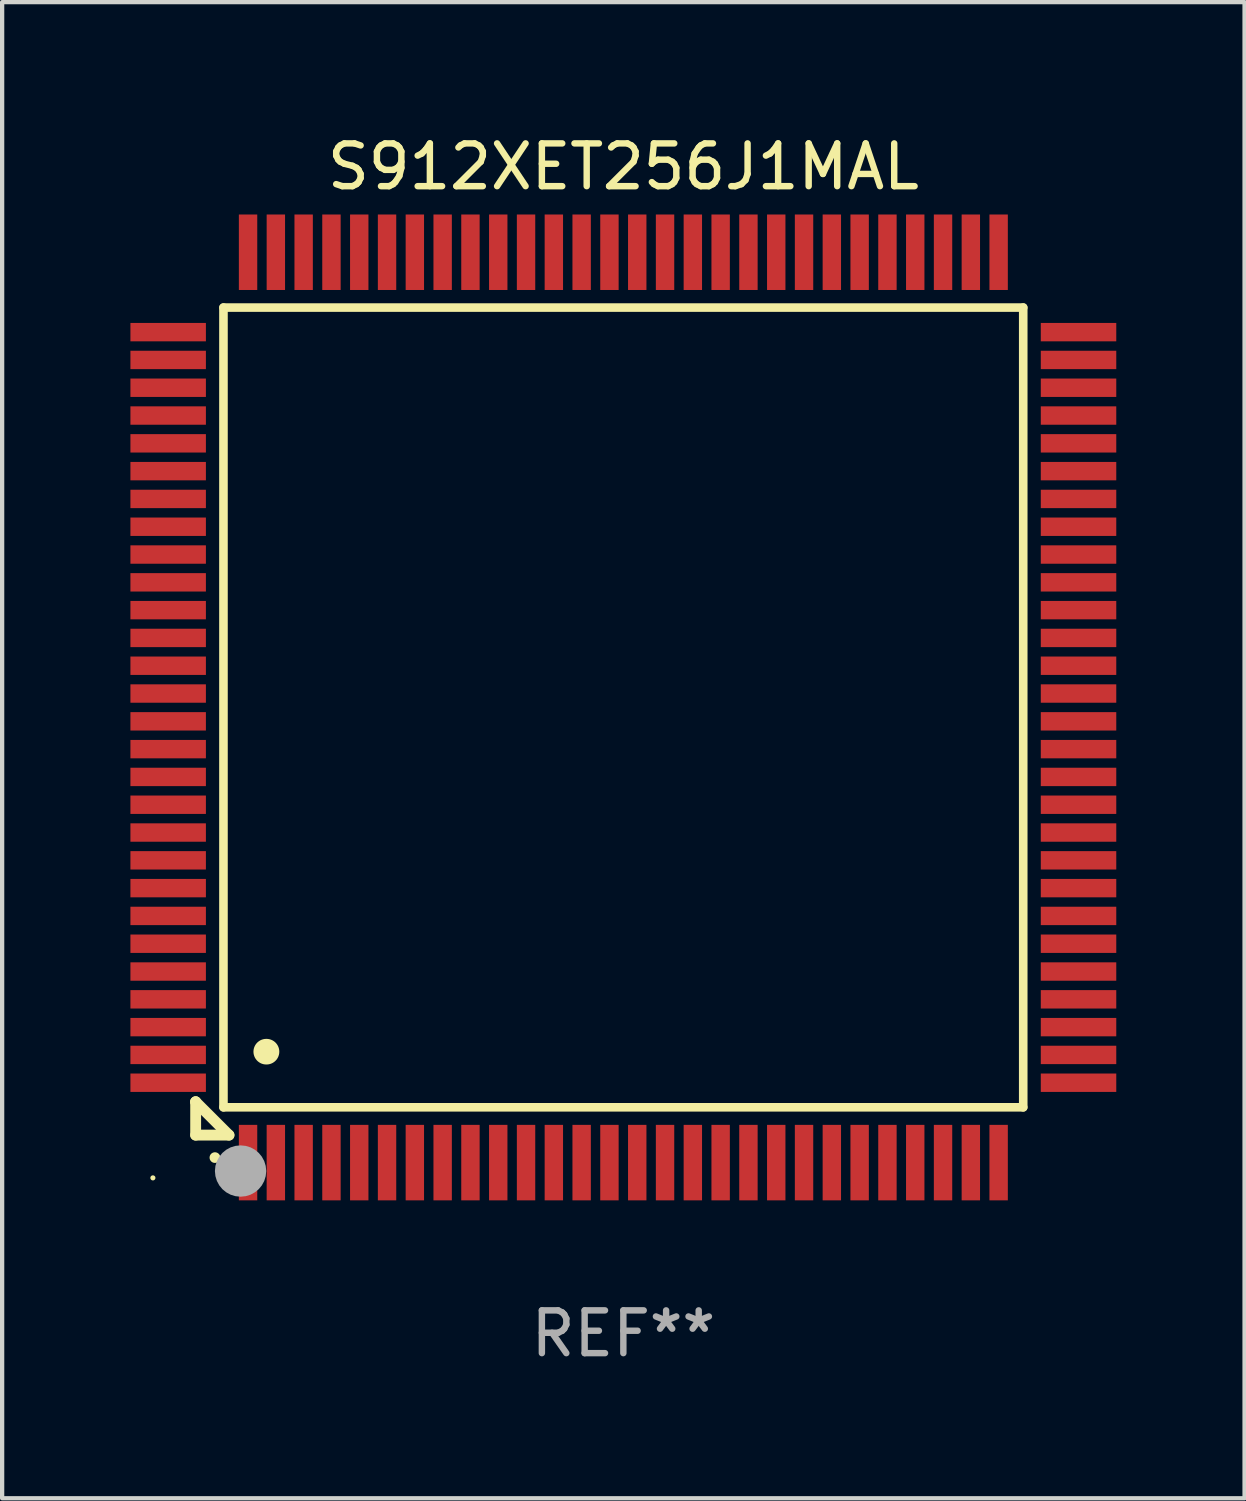
<source format=kicad_pcb>
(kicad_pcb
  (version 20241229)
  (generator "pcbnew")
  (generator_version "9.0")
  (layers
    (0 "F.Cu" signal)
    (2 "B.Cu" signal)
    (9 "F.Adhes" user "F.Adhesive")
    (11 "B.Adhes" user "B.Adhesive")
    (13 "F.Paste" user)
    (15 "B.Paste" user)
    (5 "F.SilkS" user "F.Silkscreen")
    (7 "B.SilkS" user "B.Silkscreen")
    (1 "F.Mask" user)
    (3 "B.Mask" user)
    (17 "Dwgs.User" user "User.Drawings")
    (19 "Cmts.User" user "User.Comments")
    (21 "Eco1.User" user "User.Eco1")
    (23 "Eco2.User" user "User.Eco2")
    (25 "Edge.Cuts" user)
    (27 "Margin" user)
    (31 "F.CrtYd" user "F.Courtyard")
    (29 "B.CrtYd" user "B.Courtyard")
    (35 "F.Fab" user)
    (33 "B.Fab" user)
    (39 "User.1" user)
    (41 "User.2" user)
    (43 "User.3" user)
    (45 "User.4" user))
  (footprint "S912XET256J1MAL"
    (layer "F.Cu")
    (at 11.525 13.491)
    (property "Reference" "S912XET256J1MAL" (at 0 -12.643 0) (layer "F.SilkS") (effects (font (size 1 1) (thickness 0.15))))
    (attr through_hole)
    (fp_line (start -10 9.221) (end -10 9.221) (stroke (width 0.254) (type solid)) (layer "F.SilkS"))
    (fp_line (start -10 9.221) (end -10 10) (stroke (width 0.254) (type solid)) (layer "F.SilkS"))
    (fp_line (start -10 9.221) (end -9.221 10) (stroke (width 0.254) (type solid)) (layer "F.SilkS"))
    (fp_line (start -10 10) (end -9.221 10) (stroke (width 0.254) (type solid)) (layer "F.SilkS"))
    (fp_line (start -9.35 -9.35) (end -9.35 9.35) (stroke (width 0.201) (type solid)) (layer "F.SilkS"))
    (fp_line (start -9.35 9.35) (end 9.35 9.35) (stroke (width 0.201) (type solid)) (layer "F.SilkS"))
    (fp_line (start 9.35 -9.35) (end -9.35 -9.35) (stroke (width 0.201) (type solid)) (layer "F.SilkS"))
    (fp_line (start 9.35 9.35) (end 9.35 -9.35) (stroke (width 0.201) (type solid)) (layer "F.SilkS"))
    (fp_arc (start -9.550546 10.525832) (mid -9.549276 10.525826) (end -9.548006 10.525832) (stroke (width 0.24892) (type solid)) (layer "F.SilkS"))
    (fp_arc (start -8.349124 8.049327) (mid -8.346584 8.049316) (end -8.344044 8.049327) (stroke (width 0.599441) (type solid)) (layer "F.SilkS"))
    (fp_circle (center -11 11) (end -10.97 11) (stroke (width 0.06) (type solid)) (fill no) (layer "F.SilkS"))
    (fp_circle (center -8.95 10.84) (end -8.65 10.84) (stroke (width 0.6) (type solid)) (fill no) (layer "F.Fab"))
    (fp_text user "REF**" (at 0 14.643 0) (layer "F.Fab") (effects (font (size 1 1) (thickness 0.15))))
    (pad "1" smd rect (at -8.775 10.643) (size 0.43 1.765) (layers "F.Cu" "F.Mask" "F.Paste"))
    (pad "2" smd rect (at -8.125 10.643) (size 0.43 1.765) (layers "F.Cu" "F.Mask" "F.Paste"))
    (pad "3" smd rect (at -7.475 10.643) (size 0.43 1.765) (layers "F.Cu" "F.Mask" "F.Paste"))
    (pad "4" smd rect (at -6.825 10.643) (size 0.43 1.765) (layers "F.Cu" "F.Mask" "F.Paste"))
    (pad "5" smd rect (at -6.175 10.643) (size 0.43 1.765) (layers "F.Cu" "F.Mask" "F.Paste"))
    (pad "6" smd rect (at -5.525 10.643) (size 0.43 1.765) (layers "F.Cu" "F.Mask" "F.Paste"))
    (pad "7" smd rect (at -4.875 10.643) (size 0.43 1.765) (layers "F.Cu" "F.Mask" "F.Paste"))
    (pad "8" smd rect (at -4.225 10.643) (size 0.43 1.765) (layers "F.Cu" "F.Mask" "F.Paste"))
    (pad "9" smd rect (at -3.575 10.643) (size 0.43 1.765) (layers "F.Cu" "F.Mask" "F.Paste"))
    (pad "10" smd rect (at -2.925 10.643) (size 0.43 1.765) (layers "F.Cu" "F.Mask" "F.Paste"))
    (pad "11" smd rect (at -2.275 10.643) (size 0.43 1.765) (layers "F.Cu" "F.Mask" "F.Paste"))
    (pad "12" smd rect (at -1.625 10.643) (size 0.43 1.765) (layers "F.Cu" "F.Mask" "F.Paste"))
    (pad "13" smd rect (at -0.975 10.643) (size 0.43 1.765) (layers "F.Cu" "F.Mask" "F.Paste"))
    (pad "14" smd rect (at -0.325 10.643) (size 0.43 1.765) (layers "F.Cu" "F.Mask" "F.Paste"))
    (pad "15" smd rect (at 0.325 10.643) (size 0.43 1.765) (layers "F.Cu" "F.Mask" "F.Paste"))
    (pad "16" smd rect (at 0.975 10.643) (size 0.43 1.765) (layers "F.Cu" "F.Mask" "F.Paste"))
    (pad "17" smd rect (at 1.625 10.643) (size 0.43 1.765) (layers "F.Cu" "F.Mask" "F.Paste"))
    (pad "18" smd rect (at 2.275 10.643) (size 0.43 1.765) (layers "F.Cu" "F.Mask" "F.Paste"))
    (pad "19" smd rect (at 2.925 10.643) (size 0.43 1.765) (layers "F.Cu" "F.Mask" "F.Paste"))
    (pad "20" smd rect (at 3.575 10.643) (size 0.43 1.765) (layers "F.Cu" "F.Mask" "F.Paste"))
    (pad "21" smd rect (at 4.225 10.643) (size 0.43 1.765) (layers "F.Cu" "F.Mask" "F.Paste"))
    (pad "22" smd rect (at 4.875 10.643) (size 0.43 1.765) (layers "F.Cu" "F.Mask" "F.Paste"))
    (pad "23" smd rect (at 5.525 10.643) (size 0.43 1.765) (layers "F.Cu" "F.Mask" "F.Paste"))
    (pad "24" smd rect (at 6.175 10.643) (size 0.43 1.765) (layers "F.Cu" "F.Mask" "F.Paste"))
    (pad "25" smd rect (at 6.825 10.643) (size 0.43 1.765) (layers "F.Cu" "F.Mask" "F.Paste"))
    (pad "26" smd rect (at 7.475 10.643) (size 0.43 1.765) (layers "F.Cu" "F.Mask" "F.Paste"))
    (pad "27" smd rect (at 8.125 10.643) (size 0.43 1.765) (layers "F.Cu" "F.Mask" "F.Paste"))
    (pad "28" smd rect (at 8.775 10.643) (size 0.43 1.765) (layers "F.Cu" "F.Mask" "F.Paste"))
    (pad "29" smd rect (at 10.643 8.775) (size 1.765 0.43) (layers "F.Cu" "F.Mask" "F.Paste"))
    (pad "30" smd rect (at 10.643 8.125) (size 1.765 0.43) (layers "F.Cu" "F.Mask" "F.Paste"))
    (pad "31" smd rect (at 10.643 7.475) (size 1.765 0.43) (layers "F.Cu" "F.Mask" "F.Paste"))
    (pad "32" smd rect (at 10.643 6.825) (size 1.765 0.43) (layers "F.Cu" "F.Mask" "F.Paste"))
    (pad "33" smd rect (at 10.643 6.175) (size 1.765 0.43) (layers "F.Cu" "F.Mask" "F.Paste"))
    (pad "34" smd rect (at 10.643 5.525) (size 1.765 0.43) (layers "F.Cu" "F.Mask" "F.Paste"))
    (pad "35" smd rect (at 10.643 4.875) (size 1.765 0.43) (layers "F.Cu" "F.Mask" "F.Paste"))
    (pad "36" smd rect (at 10.643 4.225) (size 1.765 0.43) (layers "F.Cu" "F.Mask" "F.Paste"))
    (pad "37" smd rect (at 10.643 3.575) (size 1.765 0.43) (layers "F.Cu" "F.Mask" "F.Paste"))
    (pad "38" smd rect (at 10.643 2.925) (size 1.765 0.43) (layers "F.Cu" "F.Mask" "F.Paste"))
    (pad "39" smd rect (at 10.643 2.275) (size 1.765 0.43) (layers "F.Cu" "F.Mask" "F.Paste"))
    (pad "40" smd rect (at 10.643 1.625) (size 1.765 0.43) (layers "F.Cu" "F.Mask" "F.Paste"))
    (pad "41" smd rect (at 10.643 0.975) (size 1.765 0.43) (layers "F.Cu" "F.Mask" "F.Paste"))
    (pad "42" smd rect (at 10.643 0.325) (size 1.765 0.43) (layers "F.Cu" "F.Mask" "F.Paste"))
    (pad "43" smd rect (at 10.643 -0.325) (size 1.765 0.43) (layers "F.Cu" "F.Mask" "F.Paste"))
    (pad "44" smd rect (at 10.643 -0.975) (size 1.765 0.43) (layers "F.Cu" "F.Mask" "F.Paste"))
    (pad "45" smd rect (at 10.643 -1.625) (size 1.765 0.43) (layers "F.Cu" "F.Mask" "F.Paste"))
    (pad "46" smd rect (at 10.643 -2.275) (size 1.765 0.43) (layers "F.Cu" "F.Mask" "F.Paste"))
    (pad "47" smd rect (at 10.643 -2.925) (size 1.765 0.43) (layers "F.Cu" "F.Mask" "F.Paste"))
    (pad "48" smd rect (at 10.643 -3.575) (size 1.765 0.43) (layers "F.Cu" "F.Mask" "F.Paste"))
    (pad "49" smd rect (at 10.643 -4.225) (size 1.765 0.43) (layers "F.Cu" "F.Mask" "F.Paste"))
    (pad "50" smd rect (at 10.643 -4.875) (size 1.765 0.43) (layers "F.Cu" "F.Mask" "F.Paste"))
    (pad "51" smd rect (at 10.643 -5.525) (size 1.765 0.43) (layers "F.Cu" "F.Mask" "F.Paste"))
    (pad "52" smd rect (at 10.643 -6.175) (size 1.765 0.43) (layers "F.Cu" "F.Mask" "F.Paste"))
    (pad "53" smd rect (at 10.643 -6.825) (size 1.765 0.43) (layers "F.Cu" "F.Mask" "F.Paste"))
    (pad "54" smd rect (at 10.643 -7.475) (size 1.765 0.43) (layers "F.Cu" "F.Mask" "F.Paste"))
    (pad "55" smd rect (at 10.643 -8.125) (size 1.765 0.43) (layers "F.Cu" "F.Mask" "F.Paste"))
    (pad "56" smd rect (at 10.643 -8.775) (size 1.765 0.43) (layers "F.Cu" "F.Mask" "F.Paste"))
    (pad "57" smd rect (at 8.775 -10.643) (size 0.43 1.765) (layers "F.Cu" "F.Mask" "F.Paste"))
    (pad "58" smd rect (at 8.125 -10.643) (size 0.43 1.765) (layers "F.Cu" "F.Mask" "F.Paste"))
    (pad "59" smd rect (at 7.475 -10.643) (size 0.43 1.765) (layers "F.Cu" "F.Mask" "F.Paste"))
    (pad "60" smd rect (at 6.825 -10.643) (size 0.43 1.765) (layers "F.Cu" "F.Mask" "F.Paste"))
    (pad "61" smd rect (at 6.175 -10.643) (size 0.43 1.765) (layers "F.Cu" "F.Mask" "F.Paste"))
    (pad "62" smd rect (at 5.525 -10.643) (size 0.43 1.765) (layers "F.Cu" "F.Mask" "F.Paste"))
    (pad "63" smd rect (at 4.875 -10.643) (size 0.43 1.765) (layers "F.Cu" "F.Mask" "F.Paste"))
    (pad "64" smd rect (at 4.225 -10.643) (size 0.43 1.765) (layers "F.Cu" "F.Mask" "F.Paste"))
    (pad "65" smd rect (at 3.575 -10.643) (size 0.43 1.765) (layers "F.Cu" "F.Mask" "F.Paste"))
    (pad "66" smd rect (at 2.925 -10.643) (size 0.43 1.765) (layers "F.Cu" "F.Mask" "F.Paste"))
    (pad "67" smd rect (at 2.275 -10.643) (size 0.43 1.765) (layers "F.Cu" "F.Mask" "F.Paste"))
    (pad "68" smd rect (at 1.625 -10.643) (size 0.43 1.765) (layers "F.Cu" "F.Mask" "F.Paste"))
    (pad "69" smd rect (at 0.975 -10.643) (size 0.43 1.765) (layers "F.Cu" "F.Mask" "F.Paste"))
    (pad "70" smd rect (at 0.325 -10.643) (size 0.43 1.765) (layers "F.Cu" "F.Mask" "F.Paste"))
    (pad "71" smd rect (at -0.325 -10.643) (size 0.43 1.765) (layers "F.Cu" "F.Mask" "F.Paste"))
    (pad "72" smd rect (at -0.975 -10.643) (size 0.43 1.765) (layers "F.Cu" "F.Mask" "F.Paste"))
    (pad "73" smd rect (at -1.625 -10.643) (size 0.43 1.765) (layers "F.Cu" "F.Mask" "F.Paste"))
    (pad "74" smd rect (at -2.275 -10.643) (size 0.43 1.765) (layers "F.Cu" "F.Mask" "F.Paste"))
    (pad "75" smd rect (at -2.925 -10.643) (size 0.43 1.765) (layers "F.Cu" "F.Mask" "F.Paste"))
    (pad "76" smd rect (at -3.575 -10.643) (size 0.43 1.765) (layers "F.Cu" "F.Mask" "F.Paste"))
    (pad "77" smd rect (at -4.225 -10.643) (size 0.43 1.765) (layers "F.Cu" "F.Mask" "F.Paste"))
    (pad "78" smd rect (at -4.875 -10.643) (size 0.43 1.765) (layers "F.Cu" "F.Mask" "F.Paste"))
    (pad "79" smd rect (at -5.525 -10.643) (size 0.43 1.765) (layers "F.Cu" "F.Mask" "F.Paste"))
    (pad "80" smd rect (at -6.175 -10.643) (size 0.43 1.765) (layers "F.Cu" "F.Mask" "F.Paste"))
    (pad "81" smd rect (at -6.825 -10.643) (size 0.43 1.765) (layers "F.Cu" "F.Mask" "F.Paste"))
    (pad "82" smd rect (at -7.475 -10.643) (size 0.43 1.765) (layers "F.Cu" "F.Mask" "F.Paste"))
    (pad "83" smd rect (at -8.125 -10.643) (size 0.43 1.765) (layers "F.Cu" "F.Mask" "F.Paste"))
    (pad "84" smd rect (at -8.775 -10.643) (size 0.43 1.765) (layers "F.Cu" "F.Mask" "F.Paste"))
    (pad "85" smd rect (at -10.643 -8.775) (size 1.765 0.43) (layers "F.Cu" "F.Mask" "F.Paste"))
    (pad "86" smd rect (at -10.643 -8.125) (size 1.765 0.43) (layers "F.Cu" "F.Mask" "F.Paste"))
    (pad "87" smd rect (at -10.643 -7.475) (size 1.765 0.43) (layers "F.Cu" "F.Mask" "F.Paste"))
    (pad "88" smd rect (at -10.643 -6.825) (size 1.765 0.43) (layers "F.Cu" "F.Mask" "F.Paste"))
    (pad "89" smd rect (at -10.643 -6.175) (size 1.765 0.43) (layers "F.Cu" "F.Mask" "F.Paste"))
    (pad "90" smd rect (at -10.643 -5.525) (size 1.765 0.43) (layers "F.Cu" "F.Mask" "F.Paste"))
    (pad "91" smd rect (at -10.643 -4.875) (size 1.765 0.43) (layers "F.Cu" "F.Mask" "F.Paste"))
    (pad "92" smd rect (at -10.643 -4.225) (size 1.765 0.43) (layers "F.Cu" "F.Mask" "F.Paste"))
    (pad "93" smd rect (at -10.643 -3.575) (size 1.765 0.43) (layers "F.Cu" "F.Mask" "F.Paste"))
    (pad "94" smd rect (at -10.643 -2.925) (size 1.765 0.43) (layers "F.Cu" "F.Mask" "F.Paste"))
    (pad "95" smd rect (at -10.643 -2.275) (size 1.765 0.43) (layers "F.Cu" "F.Mask" "F.Paste"))
    (pad "96" smd rect (at -10.643 -1.625) (size 1.765 0.43) (layers "F.Cu" "F.Mask" "F.Paste"))
    (pad "97" smd rect (at -10.643 -0.975) (size 1.765 0.43) (layers "F.Cu" "F.Mask" "F.Paste"))
    (pad "98" smd rect (at -10.643 -0.325) (size 1.765 0.43) (layers "F.Cu" "F.Mask" "F.Paste"))
    (pad "99" smd rect (at -10.643 0.325) (size 1.765 0.43) (layers "F.Cu" "F.Mask" "F.Paste"))
    (pad "100" smd rect (at -10.643 0.975) (size 1.765 0.43) (layers "F.Cu" "F.Mask" "F.Paste"))
    (pad "101" smd rect (at -10.643 1.625) (size 1.765 0.43) (layers "F.Cu" "F.Mask" "F.Paste"))
    (pad "102" smd rect (at -10.643 2.275) (size 1.765 0.43) (layers "F.Cu" "F.Mask" "F.Paste"))
    (pad "103" smd rect (at -10.643 2.925) (size 1.765 0.43) (layers "F.Cu" "F.Mask" "F.Paste"))
    (pad "104" smd rect (at -10.643 3.575) (size 1.765 0.43) (layers "F.Cu" "F.Mask" "F.Paste"))
    (pad "105" smd rect (at -10.643 4.225) (size 1.765 0.43) (layers "F.Cu" "F.Mask" "F.Paste"))
    (pad "106" smd rect (at -10.643 4.875) (size 1.765 0.43) (layers "F.Cu" "F.Mask" "F.Paste"))
    (pad "107" smd rect (at -10.643 5.525) (size 1.765 0.43) (layers "F.Cu" "F.Mask" "F.Paste"))
    (pad "108" smd rect (at -10.643 6.175) (size 1.765 0.43) (layers "F.Cu" "F.Mask" "F.Paste"))
    (pad "109" smd rect (at -10.643 6.825) (size 1.765 0.43) (layers "F.Cu" "F.Mask" "F.Paste"))
    (pad "110" smd rect (at -10.643 7.475) (size 1.765 0.43) (layers "F.Cu" "F.Mask" "F.Paste"))
    (pad "111" smd rect (at -10.643 8.125) (size 1.765 0.43) (layers "F.Cu" "F.Mask" "F.Paste"))
    (pad "112" smd rect (at -10.643 8.775) (size 1.765 0.43) (layers "F.Cu" "F.Mask" "F.Paste")))
  (gr_rect
    (start -3 -3)
    (end 26.05 31.982)
    (stroke (width 0.1) (type default))
    (fill no)
    (layer "Edge.Cuts")))
</source>
